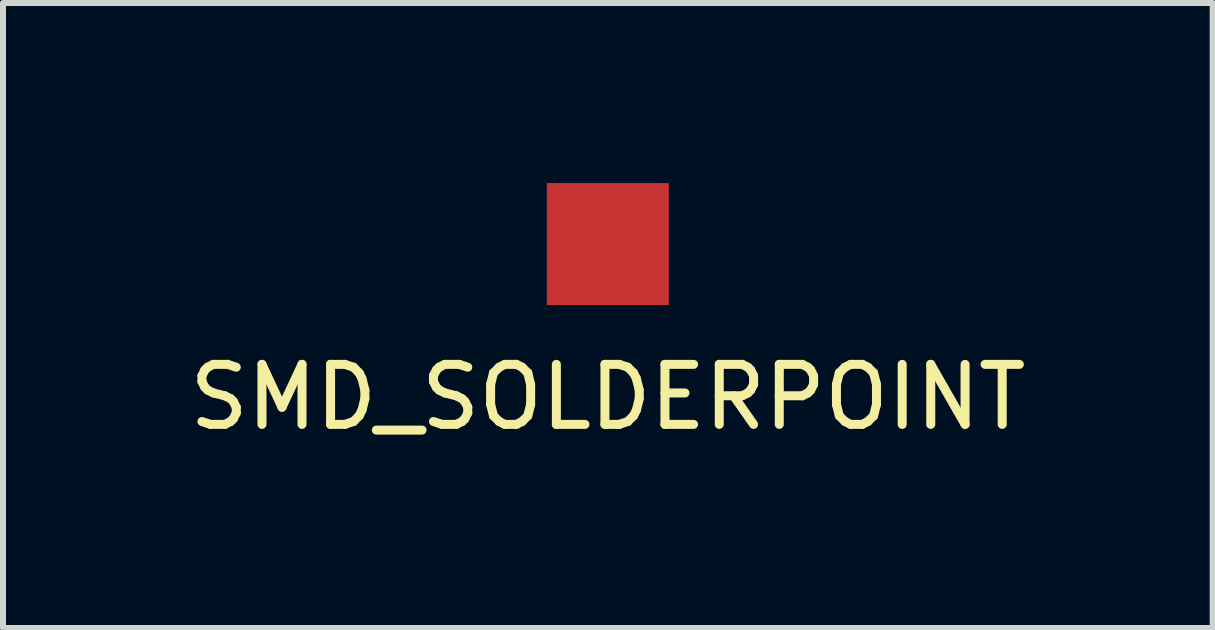
<source format=kicad_pcb>
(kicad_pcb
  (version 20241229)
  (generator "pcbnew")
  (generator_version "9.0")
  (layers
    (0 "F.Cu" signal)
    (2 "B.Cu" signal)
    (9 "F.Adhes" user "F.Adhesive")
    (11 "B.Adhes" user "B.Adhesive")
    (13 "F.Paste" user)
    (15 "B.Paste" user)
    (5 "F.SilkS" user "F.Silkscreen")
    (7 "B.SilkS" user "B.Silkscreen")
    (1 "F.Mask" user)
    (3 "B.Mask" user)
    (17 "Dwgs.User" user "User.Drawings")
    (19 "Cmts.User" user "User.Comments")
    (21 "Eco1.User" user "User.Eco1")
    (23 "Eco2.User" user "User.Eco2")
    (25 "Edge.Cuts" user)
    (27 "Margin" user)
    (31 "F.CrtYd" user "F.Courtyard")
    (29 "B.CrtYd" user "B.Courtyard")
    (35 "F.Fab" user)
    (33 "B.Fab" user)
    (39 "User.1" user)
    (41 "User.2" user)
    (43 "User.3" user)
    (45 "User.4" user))
  (footprint "SMD_SOLDERPOINT"
    (layer "F.Cu")
    (at 7.077 1.016)
    (property "Reference" "SMD_SOLDERPOINT" (at 0 2.55 0) (layer "F.SilkS") (effects (font (size 1 1) (thickness 0.15))))
    (attr through_hole)
    (pad "1" smd rect (at 0 0) (size 2.032 2.032) (layers "F.Cu" "F.Mask" "F.Paste")))
  (gr_rect
    (start -3 -3)
    (end 17.155 7.414)
    (stroke (width 0.1) (type default))
    (fill no)
    (layer "Edge.Cuts")))
</source>
